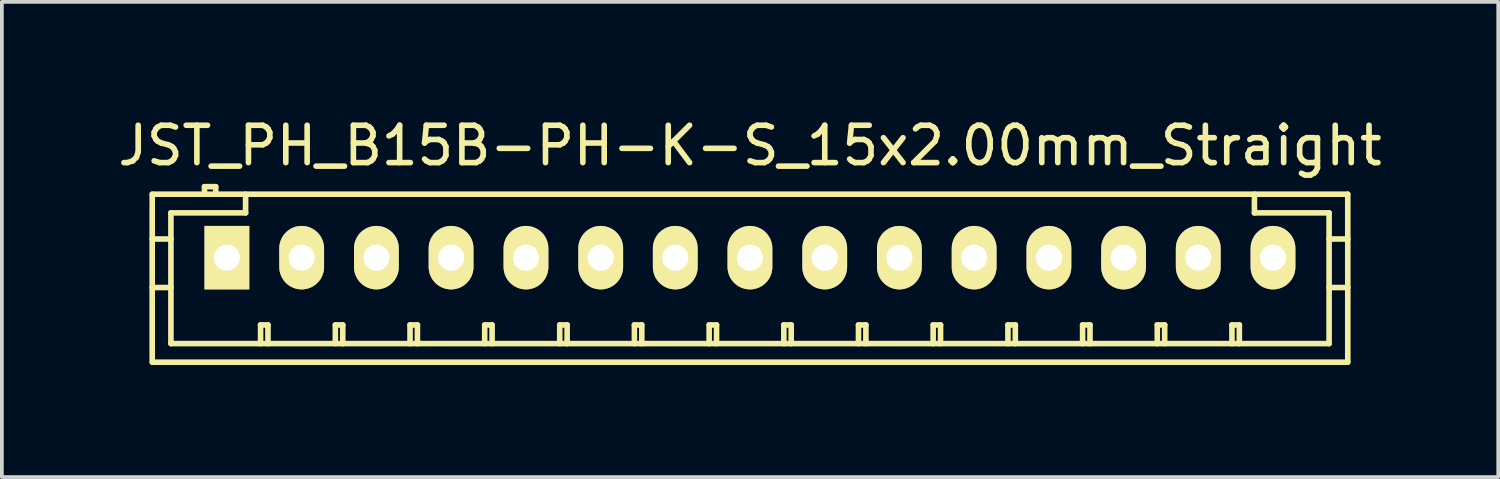
<source format=kicad_pcb>
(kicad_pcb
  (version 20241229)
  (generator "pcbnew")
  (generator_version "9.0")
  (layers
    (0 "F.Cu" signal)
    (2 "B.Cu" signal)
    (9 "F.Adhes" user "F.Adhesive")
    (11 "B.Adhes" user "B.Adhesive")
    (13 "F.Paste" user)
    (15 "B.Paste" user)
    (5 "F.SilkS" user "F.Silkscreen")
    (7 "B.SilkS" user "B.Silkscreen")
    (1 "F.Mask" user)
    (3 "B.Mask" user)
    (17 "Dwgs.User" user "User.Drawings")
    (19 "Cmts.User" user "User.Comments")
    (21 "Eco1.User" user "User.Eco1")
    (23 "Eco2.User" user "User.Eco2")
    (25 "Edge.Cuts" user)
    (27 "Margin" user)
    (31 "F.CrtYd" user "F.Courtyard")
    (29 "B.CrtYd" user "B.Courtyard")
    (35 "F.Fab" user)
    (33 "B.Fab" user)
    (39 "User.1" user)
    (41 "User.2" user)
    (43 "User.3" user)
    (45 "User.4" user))
  (footprint "JST_PH_B15B-PH-K-S_15x2.00mm_Straight"
    (layer "F.Cu")
    (at 3.03 3.848)
    (property "Reference" "JST_PH_B15B-PH-K-S_15x2.00mm_Straight" (at 14 -3 0) (layer "F.SilkS") (effects (font (size 1 1) (thickness 0.15))))
    (attr through_hole)
    (fp_line (start -2.005 -1.699) (end -2.005 2.799) (stroke (width 0.15) (type solid)) (layer "F.SilkS"))
    (fp_line (start -1.504 -1.199) (end -1.504 2.301) (stroke (width 0.15) (type solid)) (layer "F.SilkS"))
    (fp_line (start -1.504 -0.5) (end -2.005 -0.5) (stroke (width 0.15) (type solid)) (layer "F.SilkS"))
    (fp_line (start -1.504 0.8) (end -2.005 0.8) (stroke (width 0.15) (type solid)) (layer "F.SilkS"))
    (fp_line (start -1.499 2.301) (end 29.499 2.301) (stroke (width 0.15) (type solid)) (layer "F.SilkS"))
    (fp_line (start -0.605 -1.9) (end -0.605 -1.699) (stroke (width 0.15) (type solid)) (layer "F.SilkS"))
    (fp_line (start -0.305 -1.9) (end -0.605 -1.9) (stroke (width 0.15) (type solid)) (layer "F.SilkS"))
    (fp_line (start -0.305 -1.699) (end -0.305 -1.9) (stroke (width 0.15) (type solid)) (layer "F.SilkS"))
    (fp_line (start 0.495 -1.699) (end 0.495 -1.199) (stroke (width 0.15) (type solid)) (layer "F.SilkS"))
    (fp_line (start 0.495 -1.199) (end -1.504 -1.199) (stroke (width 0.15) (type solid)) (layer "F.SilkS"))
    (fp_line (start 0.896 1.801) (end 1.094 1.801) (stroke (width 0.15) (type solid)) (layer "F.SilkS"))
    (fp_line (start 0.896 2.301) (end 0.896 1.801) (stroke (width 0.15) (type solid)) (layer "F.SilkS"))
    (fp_line (start 1.094 1.801) (end 1.094 2.301) (stroke (width 0.15) (type solid)) (layer "F.SilkS"))
    (fp_line (start 2.898 1.801) (end 3.096 1.801) (stroke (width 0.15) (type solid)) (layer "F.SilkS"))
    (fp_line (start 2.898 2.301) (end 2.898 1.801) (stroke (width 0.15) (type solid)) (layer "F.SilkS"))
    (fp_line (start 3.096 1.801) (end 3.096 2.301) (stroke (width 0.15) (type solid)) (layer "F.SilkS"))
    (fp_line (start 4.897 1.801) (end 5.095 1.801) (stroke (width 0.15) (type solid)) (layer "F.SilkS"))
    (fp_line (start 4.897 2.301) (end 4.897 1.801) (stroke (width 0.15) (type solid)) (layer "F.SilkS"))
    (fp_line (start 5.095 1.801) (end 5.095 2.301) (stroke (width 0.15) (type solid)) (layer "F.SilkS"))
    (fp_line (start 6.896 1.801) (end 7.094 1.801) (stroke (width 0.15) (type solid)) (layer "F.SilkS"))
    (fp_line (start 6.896 2.301) (end 6.896 1.801) (stroke (width 0.15) (type solid)) (layer "F.SilkS"))
    (fp_line (start 7.094 1.801) (end 7.094 2.301) (stroke (width 0.15) (type solid)) (layer "F.SilkS"))
    (fp_line (start 8.905 1.801) (end 9.103 1.801) (stroke (width 0.15) (type solid)) (layer "F.SilkS"))
    (fp_line (start 8.905 2.301) (end 8.905 1.801) (stroke (width 0.15) (type solid)) (layer "F.SilkS"))
    (fp_line (start 9.103 1.801) (end 9.103 2.301) (stroke (width 0.15) (type solid)) (layer "F.SilkS"))
    (fp_line (start 10.904 1.801) (end 11.102 1.801) (stroke (width 0.15) (type solid)) (layer "F.SilkS"))
    (fp_line (start 10.904 2.301) (end 10.904 1.801) (stroke (width 0.15) (type solid)) (layer "F.SilkS"))
    (fp_line (start 11.102 1.801) (end 11.102 2.301) (stroke (width 0.15) (type solid)) (layer "F.SilkS"))
    (fp_line (start 12.905 1.801) (end 13.103 1.801) (stroke (width 0.15) (type solid)) (layer "F.SilkS"))
    (fp_line (start 12.905 2.301) (end 12.905 1.801) (stroke (width 0.15) (type solid)) (layer "F.SilkS"))
    (fp_line (start 13.103 1.801) (end 13.103 2.301) (stroke (width 0.15) (type solid)) (layer "F.SilkS"))
    (fp_line (start 14.904 1.801) (end 15.102 1.801) (stroke (width 0.15) (type solid)) (layer "F.SilkS"))
    (fp_line (start 14.904 2.301) (end 14.904 1.801) (stroke (width 0.15) (type solid)) (layer "F.SilkS"))
    (fp_line (start 15.102 1.801) (end 15.102 2.301) (stroke (width 0.15) (type solid)) (layer "F.SilkS"))
    (fp_line (start 16.903 1.801) (end 17.101 1.801) (stroke (width 0.15) (type solid)) (layer "F.SilkS"))
    (fp_line (start 16.903 2.301) (end 16.903 1.801) (stroke (width 0.15) (type solid)) (layer "F.SilkS"))
    (fp_line (start 17.101 1.801) (end 17.101 2.301) (stroke (width 0.15) (type solid)) (layer "F.SilkS"))
    (fp_line (start 18.902 1.801) (end 19.1 1.801) (stroke (width 0.15) (type solid)) (layer "F.SilkS"))
    (fp_line (start 18.902 2.301) (end 18.902 1.801) (stroke (width 0.15) (type solid)) (layer "F.SilkS"))
    (fp_line (start 19.1 1.801) (end 19.1 2.301) (stroke (width 0.15) (type solid)) (layer "F.SilkS"))
    (fp_line (start 20.904 1.801) (end 21.102 1.801) (stroke (width 0.15) (type solid)) (layer "F.SilkS"))
    (fp_line (start 20.904 2.301) (end 20.904 1.801) (stroke (width 0.15) (type solid)) (layer "F.SilkS"))
    (fp_line (start 21.102 1.801) (end 21.102 2.301) (stroke (width 0.15) (type solid)) (layer "F.SilkS"))
    (fp_line (start 22.903 1.801) (end 23.101 1.801) (stroke (width 0.15) (type solid)) (layer "F.SilkS"))
    (fp_line (start 22.903 2.301) (end 22.903 1.801) (stroke (width 0.15) (type solid)) (layer "F.SilkS"))
    (fp_line (start 23.101 1.801) (end 23.101 2.301) (stroke (width 0.15) (type solid)) (layer "F.SilkS"))
    (fp_line (start 24.902 1.801) (end 25.1 1.801) (stroke (width 0.15) (type solid)) (layer "F.SilkS"))
    (fp_line (start 24.902 2.301) (end 24.902 1.801) (stroke (width 0.15) (type solid)) (layer "F.SilkS"))
    (fp_line (start 25.1 1.801) (end 25.1 2.301) (stroke (width 0.15) (type solid)) (layer "F.SilkS"))
    (fp_line (start 26.901 1.801) (end 27.099 1.801) (stroke (width 0.15) (type solid)) (layer "F.SilkS"))
    (fp_line (start 26.901 2.301) (end 26.901 1.801) (stroke (width 0.15) (type solid)) (layer "F.SilkS"))
    (fp_line (start 27.099 1.801) (end 27.099 2.301) (stroke (width 0.15) (type solid)) (layer "F.SilkS"))
    (fp_line (start 27.503 -1.199) (end 27.503 -1.699) (stroke (width 0.15) (type solid)) (layer "F.SilkS"))
    (fp_line (start 29.502 -1.199) (end 27.503 -1.199) (stroke (width 0.15) (type solid)) (layer "F.SilkS"))
    (fp_line (start 29.502 0.8) (end 30.002 0.8) (stroke (width 0.15) (type solid)) (layer "F.SilkS"))
    (fp_line (start 29.502 2.301) (end 29.502 -1.199) (stroke (width 0.15) (type solid)) (layer "F.SilkS"))
    (fp_line (start 29.999 -1.699) (end -1.999 -1.699) (stroke (width 0.15) (type solid)) (layer "F.SilkS"))
    (fp_line (start 29.999 2.799) (end -1.999 2.799) (stroke (width 0.15) (type solid)) (layer "F.SilkS"))
    (fp_line (start 30.002 -1.699) (end 30.002 2.799) (stroke (width 0.15) (type solid)) (layer "F.SilkS"))
    (fp_line (start 30.002 -0.5) (end 29.502 -0.5) (stroke (width 0.15) (type solid)) (layer "F.SilkS"))
    (pad "1" thru_hole rect (at -0.006 0) (size 1.199 1.699) (drill 0.701) (layers "*.Cu" "*.Mask" "F.SilkS"))
    (pad "2" thru_hole oval (at 1.996 0) (size 1.199 1.699) (drill 0.701) (layers "*.Cu" "*.Mask" "F.SilkS"))
    (pad "3" thru_hole oval (at 3.997 0) (size 1.199 1.699) (drill 0.701) (layers "*.Cu" "*.Mask" "F.SilkS"))
    (pad "4" thru_hole oval (at 5.996 0) (size 1.199 1.699) (drill 0.701) (layers "*.Cu" "*.Mask" "F.SilkS"))
    (pad "5" thru_hole oval (at 8.001 0) (size 1.199 1.699) (drill 0.701) (layers "*.Cu" "*.Mask" "F.SilkS"))
    (pad "6" thru_hole oval (at 10.002 0) (size 1.199 1.699) (drill 0.701) (layers "*.Cu" "*.Mask" "F.SilkS"))
    (pad "7" thru_hole oval (at 11.998 0) (size 1.199 1.699) (drill 0.701) (layers "*.Cu" "*.Mask" "F.SilkS"))
    (pad "8" thru_hole oval (at 13.997 0) (size 1.199 1.699) (drill 0.701) (layers "*.Cu" "*.Mask" "F.SilkS"))
    (pad "9" thru_hole oval (at 15.999 0) (size 1.199 1.699) (drill 0.701) (layers "*.Cu" "*.Mask" "F.SilkS"))
    (pad "10" thru_hole oval (at 17.998 0) (size 1.199 1.699) (drill 0.701) (layers "*.Cu" "*.Mask" "F.SilkS"))
    (pad "11" thru_hole oval (at 19.999 0) (size 1.199 1.699) (drill 0.701) (layers "*.Cu" "*.Mask" "F.SilkS"))
    (pad "12" thru_hole oval (at 22.001 0) (size 1.199 1.699) (drill 0.701) (layers "*.Cu" "*.Mask" "F.SilkS"))
    (pad "13" thru_hole oval (at 24 0) (size 1.199 1.699) (drill 0.701) (layers "*.Cu" "*.Mask" "F.SilkS"))
    (pad "14" thru_hole oval (at 25.999 0) (size 1.199 1.699) (drill 0.701) (layers "*.Cu" "*.Mask" "F.SilkS"))
    (pad "15" thru_hole oval (at 28 0) (size 1.199 1.699) (drill 0.701) (layers "*.Cu" "*.Mask" "F.SilkS")))
  (gr_rect
    (start -3 -3)
    (end 37.06 9.722)
    (stroke (width 0.1) (type default))
    (fill no)
    (layer "Edge.Cuts")))
</source>
